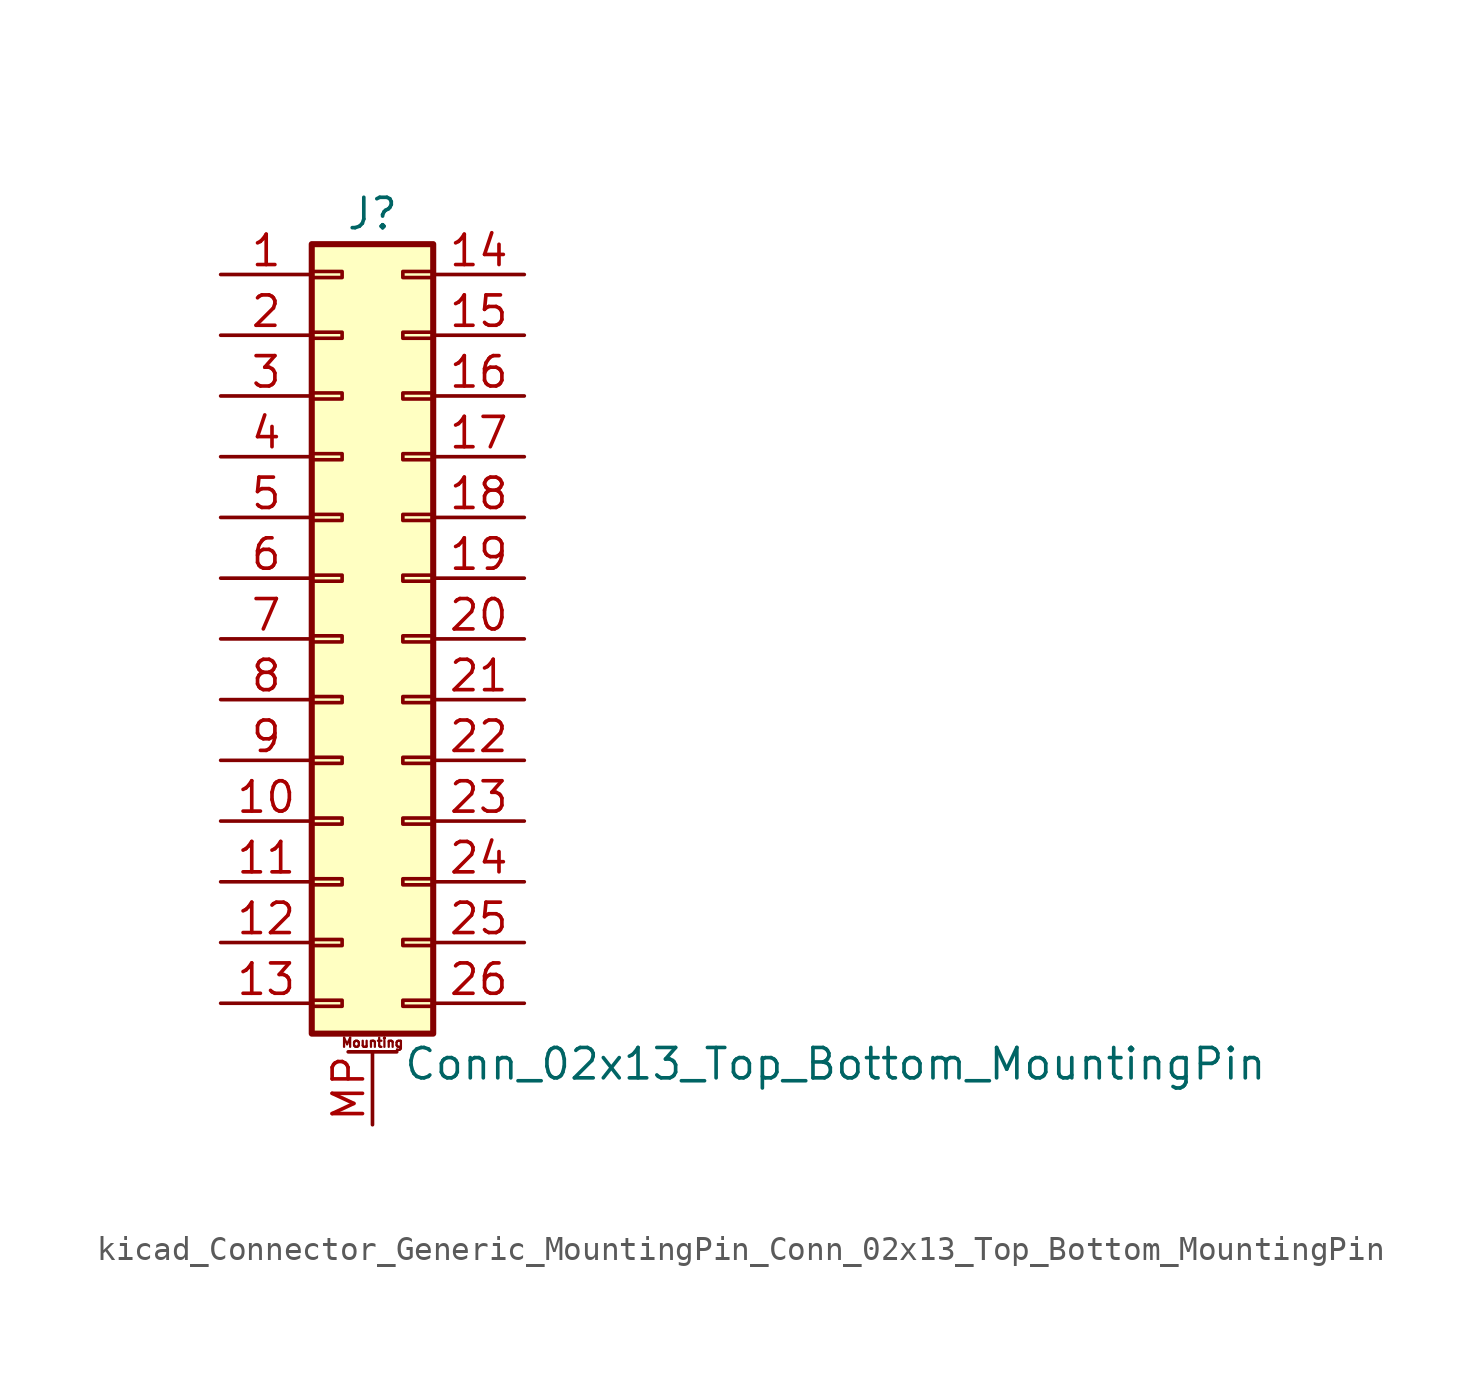
<source format=kicad_sym>
(kicad_symbol_lib
  (version 20220914)
  (generator kicad_symbol_editor)
  (symbol "kicad_Connector_Generic_MountingPin_Conn_02x13_Top_Bottom_MountingPin"
    (pin_names
      (offset 1.016) hide)
    (property "Reference" "J"
      (at 1.27 17.78 0)
      (effects (font (size 1.27 1.27))))
    (property "Value" "Conn_02x13_Top_Bottom_MountingPin"
      (at 2.54 -17.78 0)
      (effects (font (size 1.27 1.27)) (justify left)))
    (symbol "kicad_Connector_Generic_MountingPin_Conn_02x13_Top_Bottom_MountingPin_1_1"
      (rectangle (start -1.27 -15.113) (end 0 -15.367) (stroke (width 0.152) (type default)) (fill (type none)))
      (rectangle (start -1.27 -12.573) (end 0 -12.827) (stroke (width 0.152) (type default)) (fill (type none)))
      (rectangle (start -1.27 -10.033) (end 0 -10.287) (stroke (width 0.152) (type default)) (fill (type none)))
      (rectangle (start -1.27 -7.493) (end 0 -7.747) (stroke (width 0.152) (type default)) (fill (type none)))
      (rectangle (start -1.27 -4.953) (end 0 -5.207) (stroke (width 0.152) (type default)) (fill (type none)))
      (rectangle (start -1.27 -2.413) (end 0 -2.667) (stroke (width 0.152) (type default)) (fill (type none)))
      (rectangle (start -1.27 0.127) (end 0 -0.127) (stroke (width 0.152) (type default)) (fill (type none)))
      (rectangle (start -1.27 2.667) (end 0 2.413) (stroke (width 0.152) (type default)) (fill (type none)))
      (rectangle (start -1.27 5.207) (end 0 4.953) (stroke (width 0.152) (type default)) (fill (type none)))
      (rectangle (start -1.27 7.747) (end 0 7.493) (stroke (width 0.152) (type default)) (fill (type none)))
      (rectangle (start -1.27 10.287) (end 0 10.033) (stroke (width 0.152) (type default)) (fill (type none)))
      (rectangle (start -1.27 12.827) (end 0 12.573) (stroke (width 0.152) (type default)) (fill (type none)))
      (rectangle (start -1.27 15.367) (end 0 15.113) (stroke (width 0.152) (type default)) (fill (type none)))
      (rectangle (start -1.27 16.51) (end 3.81 -16.51) (stroke (width 0.254) (type default)) (fill (type background)))
      (polyline (pts (xy 0.254 -17.272) (xy 2.286 -17.272)) (stroke (width 0.152) (type default)) (fill (type none)))
      (rectangle (start 3.81 -15.113) (end 2.54 -15.367) (stroke (width 0.152) (type default)) (fill (type none)))
      (rectangle (start 3.81 -12.573) (end 2.54 -12.827) (stroke (width 0.152) (type default)) (fill (type none)))
      (rectangle (start 3.81 -10.033) (end 2.54 -10.287) (stroke (width 0.152) (type default)) (fill (type none)))
      (rectangle (start 3.81 -7.493) (end 2.54 -7.747) (stroke (width 0.152) (type default)) (fill (type none)))
      (rectangle (start 3.81 -4.953) (end 2.54 -5.207) (stroke (width 0.152) (type default)) (fill (type none)))
      (rectangle (start 3.81 -2.413) (end 2.54 -2.667) (stroke (width 0.152) (type default)) (fill (type none)))
      (rectangle (start 3.81 0.127) (end 2.54 -0.127) (stroke (width 0.152) (type default)) (fill (type none)))
      (rectangle (start 3.81 2.667) (end 2.54 2.413) (stroke (width 0.152) (type default)) (fill (type none)))
      (rectangle (start 3.81 5.207) (end 2.54 4.953) (stroke (width 0.152) (type default)) (fill (type none)))
      (rectangle (start 3.81 7.747) (end 2.54 7.493) (stroke (width 0.152) (type default)) (fill (type none)))
      (rectangle (start 3.81 10.287) (end 2.54 10.033) (stroke (width 0.152) (type default)) (fill (type none)))
      (rectangle (start 3.81 12.827) (end 2.54 12.573) (stroke (width 0.152) (type default)) (fill (type none)))
      (rectangle (start 3.81 15.367) (end 2.54 15.113) (stroke (width 0.152) (type default)) (fill (type none)))
      (text "Mounting" (at 1.27 -16.891 0) (effects (font (size 0.381 0.381))))
      (pin passive line (at -5.08 15.24 0) (length 3.81) (name "Pin_1" (effects (font (size 1.27 1.27)))) (number "1" (effects (font (size 1.27 1.27)))))
      (pin passive line (at -5.08 -7.62 0) (length 3.81) (name "Pin_10" (effects (font (size 1.27 1.27)))) (number "10" (effects (font (size 1.27 1.27)))))
      (pin passive line (at -5.08 -10.16 0) (length 3.81) (name "Pin_11" (effects (font (size 1.27 1.27)))) (number "11" (effects (font (size 1.27 1.27)))))
      (pin passive line (at -5.08 -12.7 0) (length 3.81) (name "Pin_12" (effects (font (size 1.27 1.27)))) (number "12" (effects (font (size 1.27 1.27)))))
      (pin passive line (at -5.08 -15.24 0) (length 3.81) (name "Pin_13" (effects (font (size 1.27 1.27)))) (number "13" (effects (font (size 1.27 1.27)))))
      (pin passive line (at 7.62 15.24 180) (length 3.81) (name "Pin_14" (effects (font (size 1.27 1.27)))) (number "14" (effects (font (size 1.27 1.27)))))
      (pin passive line (at 7.62 12.7 180) (length 3.81) (name "Pin_15" (effects (font (size 1.27 1.27)))) (number "15" (effects (font (size 1.27 1.27)))))
      (pin passive line (at 7.62 10.16 180) (length 3.81) (name "Pin_16" (effects (font (size 1.27 1.27)))) (number "16" (effects (font (size 1.27 1.27)))))
      (pin passive line (at 7.62 7.62 180) (length 3.81) (name "Pin_17" (effects (font (size 1.27 1.27)))) (number "17" (effects (font (size 1.27 1.27)))))
      (pin passive line (at 7.62 5.08 180) (length 3.81) (name "Pin_18" (effects (font (size 1.27 1.27)))) (number "18" (effects (font (size 1.27 1.27)))))
      (pin passive line (at 7.62 2.54 180) (length 3.81) (name "Pin_19" (effects (font (size 1.27 1.27)))) (number "19" (effects (font (size 1.27 1.27)))))
      (pin passive line (at -5.08 12.7 0) (length 3.81) (name "Pin_2" (effects (font (size 1.27 1.27)))) (number "2" (effects (font (size 1.27 1.27)))))
      (pin passive line (at 7.62 0 180) (length 3.81) (name "Pin_20" (effects (font (size 1.27 1.27)))) (number "20" (effects (font (size 1.27 1.27)))))
      (pin passive line (at 7.62 -2.54 180) (length 3.81) (name "Pin_21" (effects (font (size 1.27 1.27)))) (number "21" (effects (font (size 1.27 1.27)))))
      (pin passive line (at 7.62 -5.08 180) (length 3.81) (name "Pin_22" (effects (font (size 1.27 1.27)))) (number "22" (effects (font (size 1.27 1.27)))))
      (pin passive line (at 7.62 -7.62 180) (length 3.81) (name "Pin_23" (effects (font (size 1.27 1.27)))) (number "23" (effects (font (size 1.27 1.27)))))
      (pin passive line (at 7.62 -10.16 180) (length 3.81) (name "Pin_24" (effects (font (size 1.27 1.27)))) (number "24" (effects (font (size 1.27 1.27)))))
      (pin passive line (at 7.62 -12.7 180) (length 3.81) (name "Pin_25" (effects (font (size 1.27 1.27)))) (number "25" (effects (font (size 1.27 1.27)))))
      (pin passive line (at 7.62 -15.24 180) (length 3.81) (name "Pin_26" (effects (font (size 1.27 1.27)))) (number "26" (effects (font (size 1.27 1.27)))))
      (pin passive line (at -5.08 10.16 0) (length 3.81) (name "Pin_3" (effects (font (size 1.27 1.27)))) (number "3" (effects (font (size 1.27 1.27)))))
      (pin passive line (at -5.08 7.62 0) (length 3.81) (name "Pin_4" (effects (font (size 1.27 1.27)))) (number "4" (effects (font (size 1.27 1.27)))))
      (pin passive line (at -5.08 5.08 0) (length 3.81) (name "Pin_5" (effects (font (size 1.27 1.27)))) (number "5" (effects (font (size 1.27 1.27)))))
      (pin passive line (at -5.08 2.54 0) (length 3.81) (name "Pin_6" (effects (font (size 1.27 1.27)))) (number "6" (effects (font (size 1.27 1.27)))))
      (pin passive line (at -5.08 0 0) (length 3.81) (name "Pin_7" (effects (font (size 1.27 1.27)))) (number "7" (effects (font (size 1.27 1.27)))))
      (pin passive line (at -5.08 -2.54 0) (length 3.81) (name "Pin_8" (effects (font (size 1.27 1.27)))) (number "8" (effects (font (size 1.27 1.27)))))
      (pin passive line (at -5.08 -5.08 0) (length 3.81) (name "Pin_9" (effects (font (size 1.27 1.27)))) (number "9" (effects (font (size 1.27 1.27)))))
      (pin passive line (at 1.27 -20.32 90) (length 3.048) (name "MountPin" (effects (font (size 1.27 1.27)))) (number "MP" (effects (font (size 1.27 1.27))))))))
</source>
